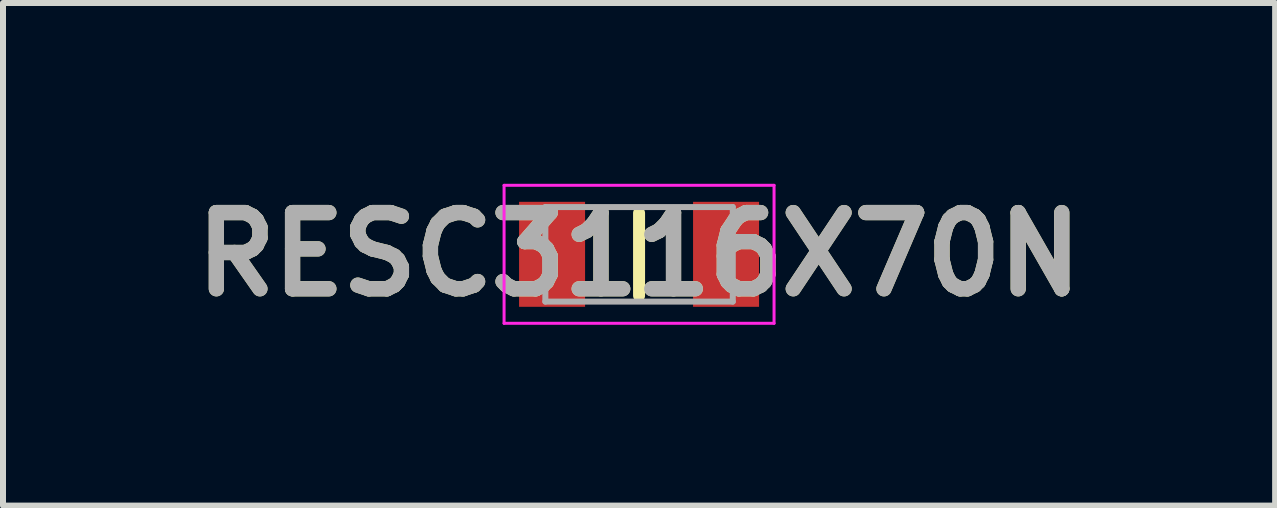
<source format=kicad_pcb>
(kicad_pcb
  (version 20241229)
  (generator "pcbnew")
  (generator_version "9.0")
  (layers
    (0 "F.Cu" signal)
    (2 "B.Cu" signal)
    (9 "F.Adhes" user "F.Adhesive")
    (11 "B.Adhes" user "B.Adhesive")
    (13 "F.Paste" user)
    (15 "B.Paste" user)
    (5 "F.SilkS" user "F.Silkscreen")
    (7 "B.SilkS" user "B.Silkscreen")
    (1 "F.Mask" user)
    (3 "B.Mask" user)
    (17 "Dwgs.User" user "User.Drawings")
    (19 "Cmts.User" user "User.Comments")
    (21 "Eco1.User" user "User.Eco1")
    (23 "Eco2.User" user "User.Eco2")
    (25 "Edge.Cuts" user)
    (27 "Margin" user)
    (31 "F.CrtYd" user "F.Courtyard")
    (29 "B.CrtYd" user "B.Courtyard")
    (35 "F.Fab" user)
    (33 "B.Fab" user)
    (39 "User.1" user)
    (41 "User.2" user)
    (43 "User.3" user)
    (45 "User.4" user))
  (footprint "RESC3116X70N"
    (layer "F.Cu")
    (at 7.602 1.189)
    (property "Reference" "RESC3116X70N" (at 0 0 0) (layer "F.SilkS") (effects (font (size 1.27 1.27) (thickness 0.254))))
    (attr smd)
    (fp_line (start 0 -0.688) (end 0 0.688) (stroke (width 0.2) (type solid)) (layer "F.SilkS"))
    (fp_line (start -2.25 -1.15) (end 2.25 -1.15) (stroke (width 0.05) (type solid)) (layer "F.CrtYd"))
    (fp_line (start -2.25 1.15) (end -2.25 -1.15) (stroke (width 0.05) (type solid)) (layer "F.CrtYd"))
    (fp_line (start 2.25 -1.15) (end 2.25 1.15) (stroke (width 0.05) (type solid)) (layer "F.CrtYd"))
    (fp_line (start 2.25 1.15) (end -2.25 1.15) (stroke (width 0.05) (type solid)) (layer "F.CrtYd"))
    (fp_line (start -1.562 -0.788) (end 1.562 -0.788) (stroke (width 0.1) (type solid)) (layer "F.Fab"))
    (fp_line (start -1.562 0.788) (end -1.562 -0.788) (stroke (width 0.1) (type solid)) (layer "F.Fab"))
    (fp_line (start 1.562 -0.788) (end 1.562 0.788) (stroke (width 0.1) (type solid)) (layer "F.Fab"))
    (fp_line (start 1.562 0.788) (end -1.562 0.788) (stroke (width 0.1) (type solid)) (layer "F.Fab"))
    (fp_text user "${REFERENCE}" (at 0 0 0) (layer "F.Fab") (effects (font (size 1.27 1.27) (thickness 0.254))))
    (pad "1" smd rect (at -1.45 0) (size 1.1 1.75) (layers "F.Cu" "F.Mask" "F.Paste"))
    (pad "2" smd rect (at 1.45 0) (size 1.1 1.75) (layers "F.Cu" "F.Mask" "F.Paste")))
  (gr_rect
    (start -3 -3)
    (end 18.204 5.377)
    (stroke (width 0.1) (type default))
    (fill no)
    (layer "Edge.Cuts")))
</source>
